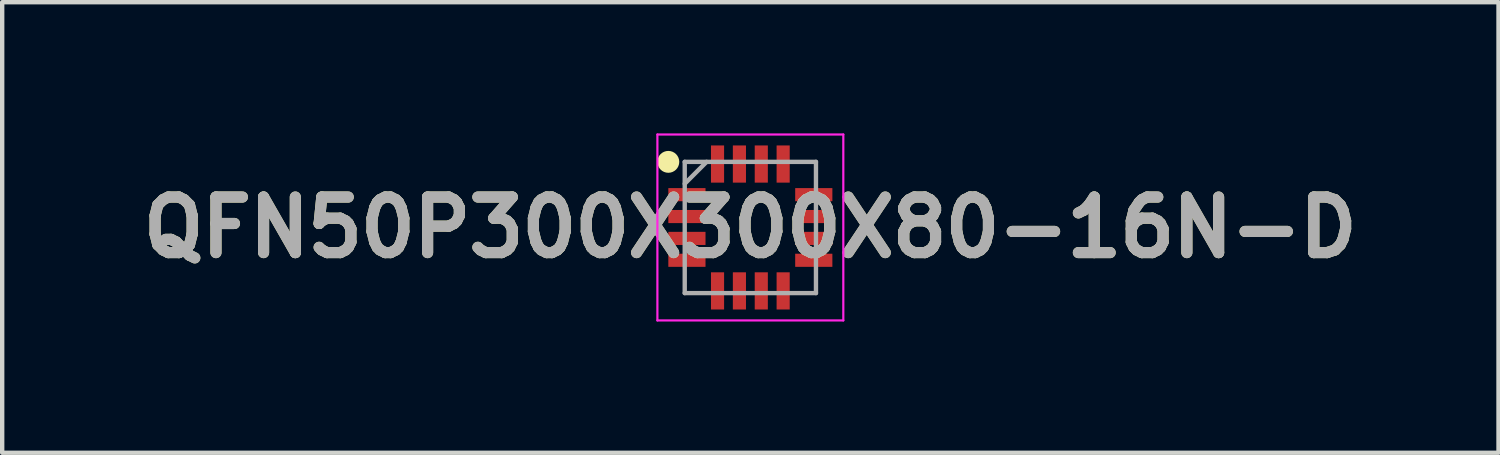
<source format=kicad_pcb>
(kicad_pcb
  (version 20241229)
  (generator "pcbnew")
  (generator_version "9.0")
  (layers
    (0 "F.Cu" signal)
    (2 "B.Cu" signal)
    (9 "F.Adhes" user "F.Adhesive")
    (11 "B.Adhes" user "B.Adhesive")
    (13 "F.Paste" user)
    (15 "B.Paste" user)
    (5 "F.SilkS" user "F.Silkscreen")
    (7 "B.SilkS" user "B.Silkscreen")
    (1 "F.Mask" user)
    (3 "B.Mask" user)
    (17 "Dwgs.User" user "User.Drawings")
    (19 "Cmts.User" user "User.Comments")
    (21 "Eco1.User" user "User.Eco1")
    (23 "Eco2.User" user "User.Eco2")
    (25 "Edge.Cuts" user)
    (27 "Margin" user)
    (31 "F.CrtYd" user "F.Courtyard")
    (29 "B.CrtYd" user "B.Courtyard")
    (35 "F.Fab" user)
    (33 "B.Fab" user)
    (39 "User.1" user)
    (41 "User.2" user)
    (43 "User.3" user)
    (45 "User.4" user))
  (footprint "QFN50P300X300X80-16N-D"
    (layer "F.Cu")
    (at 14.103 2.15)
    (property "Reference" "QFN50P300X300X80-16N-D" (at 0 0 0) (layer "F.SilkS") (effects (font (size 1.27 1.27) (thickness 0.254))))
    (attr smd)
    (fp_circle (center -1.875 -1.5) (end -1.875 -1.375) (stroke (width 0.25) (type solid)) (fill no) (layer "F.SilkS"))
    (fp_line (start -2.125 -2.125) (end 2.125 -2.125) (stroke (width 0.05) (type solid)) (layer "F.CrtYd"))
    (fp_line (start -2.125 2.125) (end -2.125 -2.125) (stroke (width 0.05) (type solid)) (layer "F.CrtYd"))
    (fp_line (start 2.125 -2.125) (end 2.125 2.125) (stroke (width 0.05) (type solid)) (layer "F.CrtYd"))
    (fp_line (start 2.125 2.125) (end -2.125 2.125) (stroke (width 0.05) (type solid)) (layer "F.CrtYd"))
    (fp_line (start -1.5 -1.5) (end 1.5 -1.5) (stroke (width 0.1) (type solid)) (layer "F.Fab"))
    (fp_line (start -1.5 -1) (end -1 -1.5) (stroke (width 0.1) (type solid)) (layer "F.Fab"))
    (fp_line (start -1.5 1.5) (end -1.5 -1.5) (stroke (width 0.1) (type solid)) (layer "F.Fab"))
    (fp_line (start 1.5 -1.5) (end 1.5 1.5) (stroke (width 0.1) (type solid)) (layer "F.Fab"))
    (fp_line (start 1.5 1.5) (end -1.5 1.5) (stroke (width 0.1) (type solid)) (layer "F.Fab"))
    (fp_text user "${REFERENCE}" (at 0 0 0) (layer "F.Fab") (effects (font (size 1.27 1.27) (thickness 0.254))))
    (pad "1" smd rect (at -1.45 -0.75 90) (size 0.3 0.85) (layers "F.Cu" "F.Mask" "F.Paste"))
    (pad "2" smd rect (at -1.45 -0.25 90) (size 0.3 0.85) (layers "F.Cu" "F.Mask" "F.Paste"))
    (pad "3" smd rect (at -1.45 0.25 90) (size 0.3 0.85) (layers "F.Cu" "F.Mask" "F.Paste"))
    (pad "4" smd rect (at -1.45 0.75 90) (size 0.3 0.85) (layers "F.Cu" "F.Mask" "F.Paste"))
    (pad "5" smd rect (at -0.75 1.45) (size 0.3 0.85) (layers "F.Cu" "F.Mask" "F.Paste"))
    (pad "6" smd rect (at -0.25 1.45) (size 0.3 0.85) (layers "F.Cu" "F.Mask" "F.Paste"))
    (pad "7" smd rect (at 0.25 1.45) (size 0.3 0.85) (layers "F.Cu" "F.Mask" "F.Paste"))
    (pad "8" smd rect (at 0.75 1.45) (size 0.3 0.85) (layers "F.Cu" "F.Mask" "F.Paste"))
    (pad "9" smd rect (at 1.45 0.75 90) (size 0.3 0.85) (layers "F.Cu" "F.Mask" "F.Paste"))
    (pad "10" smd rect (at 1.45 0.25 90) (size 0.3 0.85) (layers "F.Cu" "F.Mask" "F.Paste"))
    (pad "11" smd rect (at 1.45 -0.25 90) (size 0.3 0.85) (layers "F.Cu" "F.Mask" "F.Paste"))
    (pad "12" smd rect (at 1.45 -0.75 90) (size 0.3 0.85) (layers "F.Cu" "F.Mask" "F.Paste"))
    (pad "13" smd rect (at 0.75 -1.45) (size 0.3 0.85) (layers "F.Cu" "F.Mask" "F.Paste"))
    (pad "14" smd rect (at 0.25 -1.45) (size 0.3 0.85) (layers "F.Cu" "F.Mask" "F.Paste"))
    (pad "15" smd rect (at -0.25 -1.45) (size 0.3 0.85) (layers "F.Cu" "F.Mask" "F.Paste"))
    (pad "16" smd rect (at -0.75 -1.45) (size 0.3 0.85) (layers "F.Cu" "F.Mask" "F.Paste")))
  (gr_rect
    (start -3 -3)
    (end 31.206 7.3)
    (stroke (width 0.1) (type default))
    (fill no)
    (layer "Edge.Cuts")))
</source>
